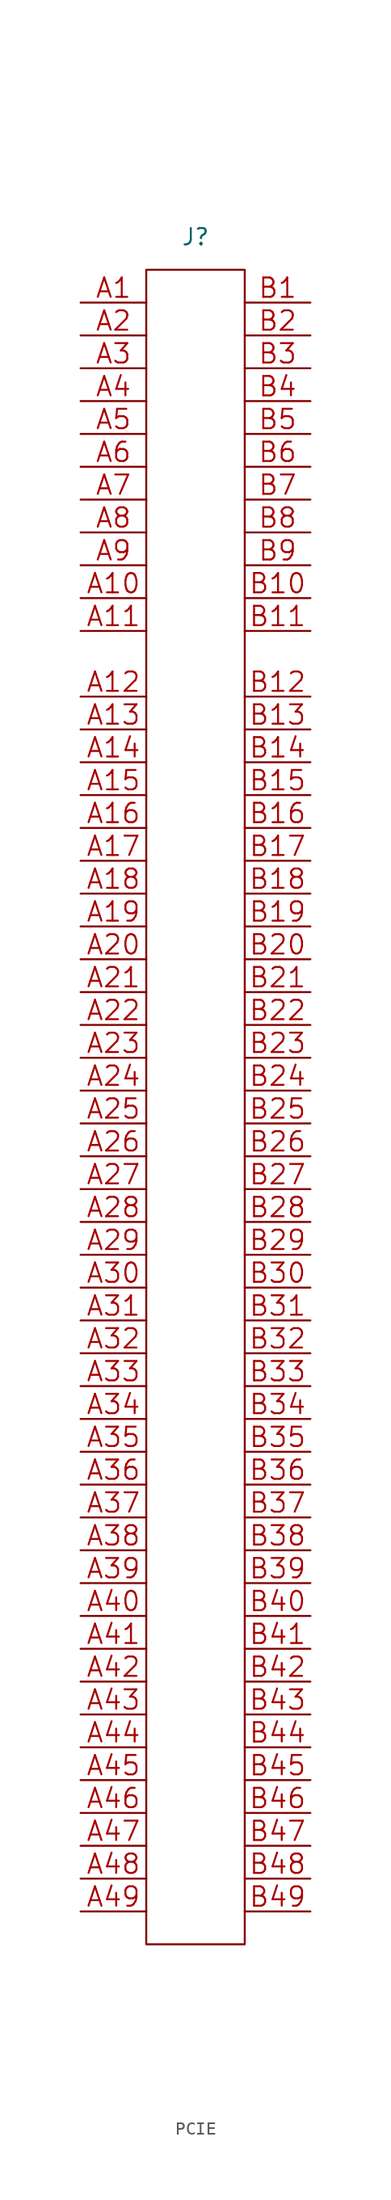
<source format=kicad_sym>
(kicad_symbol_lib
  (version 20220914)
  (generator kicad_symbol_editor)
  (symbol "PCIE"
    (property "Reference" "J"
      (at 0 2.54 0)
      (effects (font (size 1.27 1.27))))
    (property "Value" ""
      (at 0 0 0)
      (effects (font (size 1.27 1.27))))
    (symbol "PCIE_0_1"
      (rectangle (start -3.81 0) (end 3.81 -129.54) (stroke (width 0) (type default)) (fill (type none))))
    (symbol "PCIE_1_1"
      (pin unspecified line (at -8.89 -2.54 0) (length 5.08) (name "" (effects (font (size 1.499 1.499)))) (number "A1" (effects (font (size 1.499 1.499)))))
      (pin unspecified line (at -8.89 -25.4 0) (length 5.08) (name "" (effects (font (size 1.499 1.499)))) (number "A10" (effects (font (size 1.499 1.499)))))
      (pin unspecified line (at -8.89 -27.94 0) (length 5.08) (name "" (effects (font (size 1.499 1.499)))) (number "A11" (effects (font (size 1.499 1.499)))))
      (pin unspecified line (at -8.89 -33.02 0) (length 5.08) (name "" (effects (font (size 1.499 1.499)))) (number "A12" (effects (font (size 1.499 1.499)))))
      (pin unspecified line (at -8.89 -35.56 0) (length 5.08) (name "" (effects (font (size 1.499 1.499)))) (number "A13" (effects (font (size 1.499 1.499)))))
      (pin unspecified line (at -8.89 -38.1 0) (length 5.08) (name "" (effects (font (size 1.499 1.499)))) (number "A14" (effects (font (size 1.499 1.499)))))
      (pin unspecified line (at -8.89 -40.64 0) (length 5.08) (name "" (effects (font (size 1.499 1.499)))) (number "A15" (effects (font (size 1.499 1.499)))))
      (pin unspecified line (at -8.89 -43.18 0) (length 5.08) (name "" (effects (font (size 1.499 1.499)))) (number "A16" (effects (font (size 1.499 1.499)))))
      (pin unspecified line (at -8.89 -45.72 0) (length 5.08) (name "" (effects (font (size 1.499 1.499)))) (number "A17" (effects (font (size 1.499 1.499)))))
      (pin unspecified line (at -8.89 -48.26 0) (length 5.08) (name "" (effects (font (size 1.499 1.499)))) (number "A18" (effects (font (size 1.499 1.499)))))
      (pin unspecified line (at -8.89 -50.8 0) (length 5.08) (name "" (effects (font (size 1.499 1.499)))) (number "A19" (effects (font (size 1.499 1.499)))))
      (pin unspecified line (at -8.89 -5.08 0) (length 5.08) (name "" (effects (font (size 1.499 1.499)))) (number "A2" (effects (font (size 1.499 1.499)))))
      (pin unspecified line (at -8.89 -53.34 0) (length 5.08) (name "" (effects (font (size 1.499 1.499)))) (number "A20" (effects (font (size 1.499 1.499)))))
      (pin unspecified line (at -8.89 -55.88 0) (length 5.08) (name "" (effects (font (size 1.499 1.499)))) (number "A21" (effects (font (size 1.499 1.499)))))
      (pin unspecified line (at -8.89 -58.42 0) (length 5.08) (name "" (effects (font (size 1.499 1.499)))) (number "A22" (effects (font (size 1.499 1.499)))))
      (pin unspecified line (at -8.89 -60.96 0) (length 5.08) (name "" (effects (font (size 1.499 1.499)))) (number "A23" (effects (font (size 1.499 1.499)))))
      (pin unspecified line (at -8.89 -63.5 0) (length 5.08) (name "" (effects (font (size 1.499 1.499)))) (number "A24" (effects (font (size 1.499 1.499)))))
      (pin unspecified line (at -8.89 -66.04 0) (length 5.08) (name "" (effects (font (size 1.499 1.499)))) (number "A25" (effects (font (size 1.499 1.499)))))
      (pin unspecified line (at -8.89 -68.58 0) (length 5.08) (name "" (effects (font (size 1.499 1.499)))) (number "A26" (effects (font (size 1.499 1.499)))))
      (pin unspecified line (at -8.89 -71.12 0) (length 5.08) (name "" (effects (font (size 1.499 1.499)))) (number "A27" (effects (font (size 1.499 1.499)))))
      (pin unspecified line (at -8.89 -73.66 0) (length 5.08) (name "" (effects (font (size 1.499 1.499)))) (number "A28" (effects (font (size 1.499 1.499)))))
      (pin unspecified line (at -8.89 -76.2 0) (length 5.08) (name "" (effects (font (size 1.499 1.499)))) (number "A29" (effects (font (size 1.499 1.499)))))
      (pin unspecified line (at -8.89 -7.62 0) (length 5.08) (name "" (effects (font (size 1.499 1.499)))) (number "A3" (effects (font (size 1.499 1.499)))))
      (pin unspecified line (at -8.89 -78.74 0) (length 5.08) (name "" (effects (font (size 1.499 1.499)))) (number "A30" (effects (font (size 1.499 1.499)))))
      (pin unspecified line (at -8.89 -81.28 0) (length 5.08) (name "" (effects (font (size 1.499 1.499)))) (number "A31" (effects (font (size 1.499 1.499)))))
      (pin unspecified line (at -8.89 -83.82 0) (length 5.08) (name "" (effects (font (size 1.499 1.499)))) (number "A32" (effects (font (size 1.499 1.499)))))
      (pin unspecified line (at -8.89 -86.36 0) (length 5.08) (name "" (effects (font (size 1.499 1.499)))) (number "A33" (effects (font (size 1.499 1.499)))))
      (pin unspecified line (at -8.89 -88.9 0) (length 5.08) (name "" (effects (font (size 1.499 1.499)))) (number "A34" (effects (font (size 1.499 1.499)))))
      (pin unspecified line (at -8.89 -91.44 0) (length 5.08) (name "" (effects (font (size 1.499 1.499)))) (number "A35" (effects (font (size 1.499 1.499)))))
      (pin unspecified line (at -8.89 -93.98 0) (length 5.08) (name "" (effects (font (size 1.499 1.499)))) (number "A36" (effects (font (size 1.499 1.499)))))
      (pin unspecified line (at -8.89 -96.52 0) (length 5.08) (name "" (effects (font (size 1.499 1.499)))) (number "A37" (effects (font (size 1.499 1.499)))))
      (pin unspecified line (at -8.89 -99.06 0) (length 5.08) (name "" (effects (font (size 1.499 1.499)))) (number "A38" (effects (font (size 1.499 1.499)))))
      (pin unspecified line (at -8.89 -101.6 0) (length 5.08) (name "" (effects (font (size 1.499 1.499)))) (number "A39" (effects (font (size 1.499 1.499)))))
      (pin unspecified line (at -8.89 -10.16 0) (length 5.08) (name "" (effects (font (size 1.499 1.499)))) (number "A4" (effects (font (size 1.499 1.499)))))
      (pin unspecified line (at -8.89 -104.14 0) (length 5.08) (name "" (effects (font (size 1.499 1.499)))) (number "A40" (effects (font (size 1.499 1.499)))))
      (pin unspecified line (at -8.89 -106.68 0) (length 5.08) (name "" (effects (font (size 1.499 1.499)))) (number "A41" (effects (font (size 1.499 1.499)))))
      (pin unspecified line (at -8.89 -109.22 0) (length 5.08) (name "" (effects (font (size 1.499 1.499)))) (number "A42" (effects (font (size 1.499 1.499)))))
      (pin unspecified line (at -8.89 -111.76 0) (length 5.08) (name "" (effects (font (size 1.499 1.499)))) (number "A43" (effects (font (size 1.499 1.499)))))
      (pin unspecified line (at -8.89 -114.3 0) (length 5.08) (name "" (effects (font (size 1.499 1.499)))) (number "A44" (effects (font (size 1.499 1.499)))))
      (pin unspecified line (at -8.89 -116.84 0) (length 5.08) (name "" (effects (font (size 1.499 1.499)))) (number "A45" (effects (font (size 1.499 1.499)))))
      (pin unspecified line (at -8.89 -119.38 0) (length 5.08) (name "" (effects (font (size 1.499 1.499)))) (number "A46" (effects (font (size 1.499 1.499)))))
      (pin unspecified line (at -8.89 -121.92 0) (length 5.08) (name "" (effects (font (size 1.499 1.499)))) (number "A47" (effects (font (size 1.499 1.499)))))
      (pin unspecified line (at -8.89 -124.46 0) (length 5.08) (name "" (effects (font (size 1.499 1.499)))) (number "A48" (effects (font (size 1.499 1.499)))))
      (pin unspecified line (at -8.89 -127 0) (length 5.08) (name "" (effects (font (size 1.499 1.499)))) (number "A49" (effects (font (size 1.499 1.499)))))
      (pin unspecified line (at -8.89 -12.7 0) (length 5.08) (name "" (effects (font (size 1.499 1.499)))) (number "A5" (effects (font (size 1.499 1.499)))))
      (pin unspecified line (at -8.89 -15.24 0) (length 5.08) (name "" (effects (font (size 1.499 1.499)))) (number "A6" (effects (font (size 1.499 1.499)))))
      (pin unspecified line (at -8.89 -17.78 0) (length 5.08) (name "" (effects (font (size 1.499 1.499)))) (number "A7" (effects (font (size 1.499 1.499)))))
      (pin unspecified line (at -8.89 -20.32 0) (length 5.08) (name "" (effects (font (size 1.499 1.499)))) (number "A8" (effects (font (size 1.499 1.499)))))
      (pin unspecified line (at -8.89 -22.86 0) (length 5.08) (name "" (effects (font (size 1.499 1.499)))) (number "A9" (effects (font (size 1.499 1.499)))))
      (pin unspecified line (at 8.89 -2.54 180) (length 5.08) (name "" (effects (font (size 1.499 1.499)))) (number "B1" (effects (font (size 1.499 1.499)))))
      (pin unspecified line (at 8.89 -25.4 180) (length 5.08) (name "" (effects (font (size 1.499 1.499)))) (number "B10" (effects (font (size 1.499 1.499)))))
      (pin unspecified line (at 8.89 -27.94 180) (length 5.08) (name "" (effects (font (size 1.499 1.499)))) (number "B11" (effects (font (size 1.499 1.499)))))
      (pin unspecified line (at 8.89 -33.02 180) (length 5.08) (name "" (effects (font (size 1.499 1.499)))) (number "B12" (effects (font (size 1.499 1.499)))))
      (pin unspecified line (at 8.89 -35.56 180) (length 5.08) (name "" (effects (font (size 1.499 1.499)))) (number "B13" (effects (font (size 1.499 1.499)))))
      (pin unspecified line (at 8.89 -38.1 180) (length 5.08) (name "" (effects (font (size 1.499 1.499)))) (number "B14" (effects (font (size 1.499 1.499)))))
      (pin unspecified line (at 8.89 -40.64 180) (length 5.08) (name "" (effects (font (size 1.499 1.499)))) (number "B15" (effects (font (size 1.499 1.499)))))
      (pin unspecified line (at 8.89 -43.18 180) (length 5.08) (name "" (effects (font (size 1.499 1.499)))) (number "B16" (effects (font (size 1.499 1.499)))))
      (pin unspecified line (at 8.89 -45.72 180) (length 5.08) (name "" (effects (font (size 1.499 1.499)))) (number "B17" (effects (font (size 1.499 1.499)))))
      (pin unspecified line (at 8.89 -48.26 180) (length 5.08) (name "" (effects (font (size 1.499 1.499)))) (number "B18" (effects (font (size 1.499 1.499)))))
      (pin unspecified line (at 8.89 -50.8 180) (length 5.08) (name "" (effects (font (size 1.499 1.499)))) (number "B19" (effects (font (size 1.499 1.499)))))
      (pin unspecified line (at 8.89 -5.08 180) (length 5.08) (name "" (effects (font (size 1.499 1.499)))) (number "B2" (effects (font (size 1.499 1.499)))))
      (pin unspecified line (at 8.89 -53.34 180) (length 5.08) (name "" (effects (font (size 1.499 1.499)))) (number "B20" (effects (font (size 1.499 1.499)))))
      (pin unspecified line (at 8.89 -55.88 180) (length 5.08) (name "" (effects (font (size 1.499 1.499)))) (number "B21" (effects (font (size 1.499 1.499)))))
      (pin unspecified line (at 8.89 -58.42 180) (length 5.08) (name "" (effects (font (size 1.499 1.499)))) (number "B22" (effects (font (size 1.499 1.499)))))
      (pin unspecified line (at 8.89 -60.96 180) (length 5.08) (name "" (effects (font (size 1.499 1.499)))) (number "B23" (effects (font (size 1.499 1.499)))))
      (pin unspecified line (at 8.89 -63.5 180) (length 5.08) (name "" (effects (font (size 1.499 1.499)))) (number "B24" (effects (font (size 1.499 1.499)))))
      (pin unspecified line (at 8.89 -66.04 180) (length 5.08) (name "" (effects (font (size 1.499 1.499)))) (number "B25" (effects (font (size 1.499 1.499)))))
      (pin unspecified line (at 8.89 -68.58 180) (length 5.08) (name "" (effects (font (size 1.499 1.499)))) (number "B26" (effects (font (size 1.499 1.499)))))
      (pin unspecified line (at 8.89 -71.12 180) (length 5.08) (name "" (effects (font (size 1.499 1.499)))) (number "B27" (effects (font (size 1.499 1.499)))))
      (pin unspecified line (at 8.89 -73.66 180) (length 5.08) (name "" (effects (font (size 1.499 1.499)))) (number "B28" (effects (font (size 1.499 1.499)))))
      (pin unspecified line (at 8.89 -76.2 180) (length 5.08) (name "" (effects (font (size 1.499 1.499)))) (number "B29" (effects (font (size 1.499 1.499)))))
      (pin unspecified line (at 8.89 -7.62 180) (length 5.08) (name "" (effects (font (size 1.499 1.499)))) (number "B3" (effects (font (size 1.499 1.499)))))
      (pin unspecified line (at 8.89 -78.74 180) (length 5.08) (name "" (effects (font (size 1.499 1.499)))) (number "B30" (effects (font (size 1.499 1.499)))))
      (pin unspecified line (at 8.89 -81.28 180) (length 5.08) (name "" (effects (font (size 1.499 1.499)))) (number "B31" (effects (font (size 1.499 1.499)))))
      (pin unspecified line (at 8.89 -83.82 180) (length 5.08) (name "" (effects (font (size 1.499 1.499)))) (number "B32" (effects (font (size 1.499 1.499)))))
      (pin unspecified line (at 8.89 -86.36 180) (length 5.08) (name "" (effects (font (size 1.499 1.499)))) (number "B33" (effects (font (size 1.499 1.499)))))
      (pin unspecified line (at 8.89 -88.9 180) (length 5.08) (name "" (effects (font (size 1.499 1.499)))) (number "B34" (effects (font (size 1.499 1.499)))))
      (pin unspecified line (at 8.89 -91.44 180) (length 5.08) (name "" (effects (font (size 1.499 1.499)))) (number "B35" (effects (font (size 1.499 1.499)))))
      (pin unspecified line (at 8.89 -93.98 180) (length 5.08) (name "" (effects (font (size 1.499 1.499)))) (number "B36" (effects (font (size 1.499 1.499)))))
      (pin unspecified line (at 8.89 -96.52 180) (length 5.08) (name "" (effects (font (size 1.499 1.499)))) (number "B37" (effects (font (size 1.499 1.499)))))
      (pin unspecified line (at 8.89 -99.06 180) (length 5.08) (name "" (effects (font (size 1.499 1.499)))) (number "B38" (effects (font (size 1.499 1.499)))))
      (pin unspecified line (at 8.89 -101.6 180) (length 5.08) (name "" (effects (font (size 1.499 1.499)))) (number "B39" (effects (font (size 1.499 1.499)))))
      (pin unspecified line (at 8.89 -10.16 180) (length 5.08) (name "" (effects (font (size 1.499 1.499)))) (number "B4" (effects (font (size 1.499 1.499)))))
      (pin unspecified line (at 8.89 -104.14 180) (length 5.08) (name "" (effects (font (size 1.499 1.499)))) (number "B40" (effects (font (size 1.499 1.499)))))
      (pin unspecified line (at 8.89 -106.68 180) (length 5.08) (name "" (effects (font (size 1.499 1.499)))) (number "B41" (effects (font (size 1.499 1.499)))))
      (pin unspecified line (at 8.89 -109.22 180) (length 5.08) (name "" (effects (font (size 1.499 1.499)))) (number "B42" (effects (font (size 1.499 1.499)))))
      (pin unspecified line (at 8.89 -111.76 180) (length 5.08) (name "" (effects (font (size 1.499 1.499)))) (number "B43" (effects (font (size 1.499 1.499)))))
      (pin unspecified line (at 8.89 -114.3 180) (length 5.08) (name "" (effects (font (size 1.499 1.499)))) (number "B44" (effects (font (size 1.499 1.499)))))
      (pin unspecified line (at 8.89 -116.84 180) (length 5.08) (name "" (effects (font (size 1.499 1.499)))) (number "B45" (effects (font (size 1.499 1.499)))))
      (pin unspecified line (at 8.89 -119.38 180) (length 5.08) (name "" (effects (font (size 1.499 1.499)))) (number "B46" (effects (font (size 1.499 1.499)))))
      (pin unspecified line (at 8.89 -121.92 180) (length 5.08) (name "" (effects (font (size 1.499 1.499)))) (number "B47" (effects (font (size 1.499 1.499)))))
      (pin unspecified line (at 8.89 -124.46 180) (length 5.08) (name "" (effects (font (size 1.499 1.499)))) (number "B48" (effects (font (size 1.499 1.499)))))
      (pin unspecified line (at 8.89 -127 180) (length 5.08) (name "" (effects (font (size 1.499 1.499)))) (number "B49" (effects (font (size 1.499 1.499)))))
      (pin unspecified line (at 8.89 -12.7 180) (length 5.08) (name "" (effects (font (size 1.499 1.499)))) (number "B5" (effects (font (size 1.499 1.499)))))
      (pin unspecified line (at 8.89 -15.24 180) (length 5.08) (name "" (effects (font (size 1.499 1.499)))) (number "B6" (effects (font (size 1.499 1.499)))))
      (pin unspecified line (at 8.89 -17.78 180) (length 5.08) (name "" (effects (font (size 1.499 1.499)))) (number "B7" (effects (font (size 1.499 1.499)))))
      (pin unspecified line (at 8.89 -20.32 180) (length 5.08) (name "" (effects (font (size 1.499 1.499)))) (number "B8" (effects (font (size 1.499 1.499)))))
      (pin unspecified line (at 8.89 -22.86 180) (length 5.08) (name "" (effects (font (size 1.499 1.499)))) (number "B9" (effects (font (size 1.499 1.499))))))))
</source>
